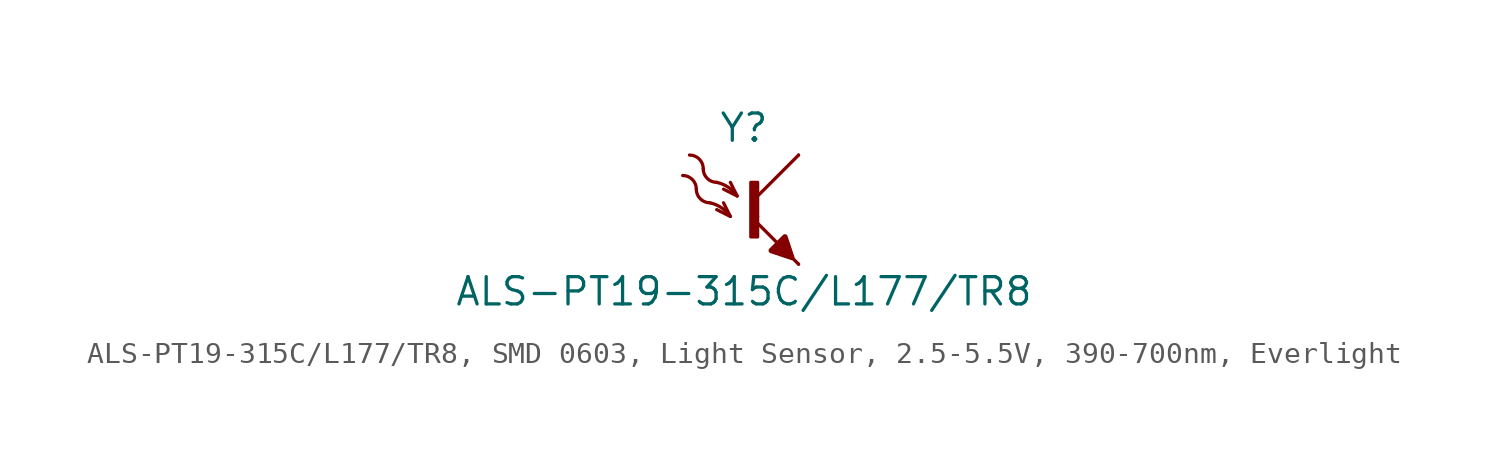
<source format=kicad_sym>
(kicad_symbol_lib
  (version 20241209)
  (generator "kicad_symbol_editor")
  (generator_version "9.0")
  (symbol "ALS-PT19-315C/L177/TR8, SMD 0603, Light Sensor, 2.5-5.5V, 390-700nm, Everlight"
    (pin_numbers
      (hide yes))
    (pin_names
      (offset 1.016)
      (hide yes))
    (property "Reference" "Y"
      (at 0 3.81 0)
      (effects (font (size 1.27 1.27))))
    (property "Value" "ALS-PT19-315C/L177/TR8"
      (at 0 -3.81 0)
      (effects (font (size 1.27 1.27))))
    (symbol "ALS-PT19-315C/L177/TR8, SMD 0603, Light Sensor, 2.5-5.5V, 390-700nm, Everlight_0_1"
      (arc (start -2.8554 1.5896) (mid -2.407 1.403) (end -2.2204 0.9546) (stroke (width 0) (type default)) (fill (type none)))
      (arc (start -2.5379 2.5421) (mid -2.0895 2.3555) (end -1.9029 1.9071) (stroke (width 0) (type default)) (fill (type none)))
      (arc (start -1.5875 0.3175) (mid -1.0507 0.0909) (end -0.635 -0.3175) (stroke (width 0) (type default)) (fill (type none)))
      (arc (start -1.27 1.27) (mid -0.7332 1.0434) (end -0.3175 0.635) (stroke (width 0) (type default)) (fill (type none)))
      (arc (start -1.5875 0.3175) (mid -2.0359 0.5041) (end -2.2225 0.9525) (stroke (width 0) (type default)) (fill (type none)))
      (polyline (pts (xy -1.27 0) (xy -0.635 -0.318) (xy -0.953 0.318)) (stroke (width 0) (type default)) (fill (type none)))
      (arc (start -1.27 1.27) (mid -1.7184 1.4566) (end -1.905 1.905) (stroke (width 0) (type default)) (fill (type none)))
      (polyline (pts (xy -0.953 0.953) (xy -0.318 0.635) (xy -0.635 1.27)) (stroke (width 0) (type default)) (fill (type none)))
      (rectangle (start 0.318 1.27) (end 0.635 -1.27) (stroke (width 0) (type default)) (fill (type outline)))
      (rectangle (start 0.635 -0.318) (end 0.635 -0.318) (stroke (width 0) (type default)) (fill (type none)))
      (polyline (pts (xy 0.635 -0.635) (xy 2.54 -2.54)) (stroke (width 0) (type default)) (fill (type none)))
      (polyline (pts (xy 2.223 -2.223) (xy 1.905 -1.27) (xy 1.27 -1.905) (xy 2.223 -2.223)) (stroke (width 0.254) (type default)) (fill (type outline)))
      (polyline (pts (xy 2.54 2.54) (xy 0.635 0.635)) (stroke (width 0) (type default)) (fill (type none))))
    (symbol "ALS-PT19-315C/L177/TR8, SMD 0603, Light Sensor, 2.5-5.5V, 390-700nm, Everlight_1_1"
      (pin passive line (at 2.54 2.54 180) (length 0) (name "C" (effects (font (size 1.27 1.27)))) (number "1" (effects (font (size 1.27 1.27)))))
      (pin passive line (at 2.54 -2.54 180) (length 0) (name "E" (effects (font (size 1.27 1.27)))) (number "2" (effects (font (size 1.27 1.27))))))))
</source>
